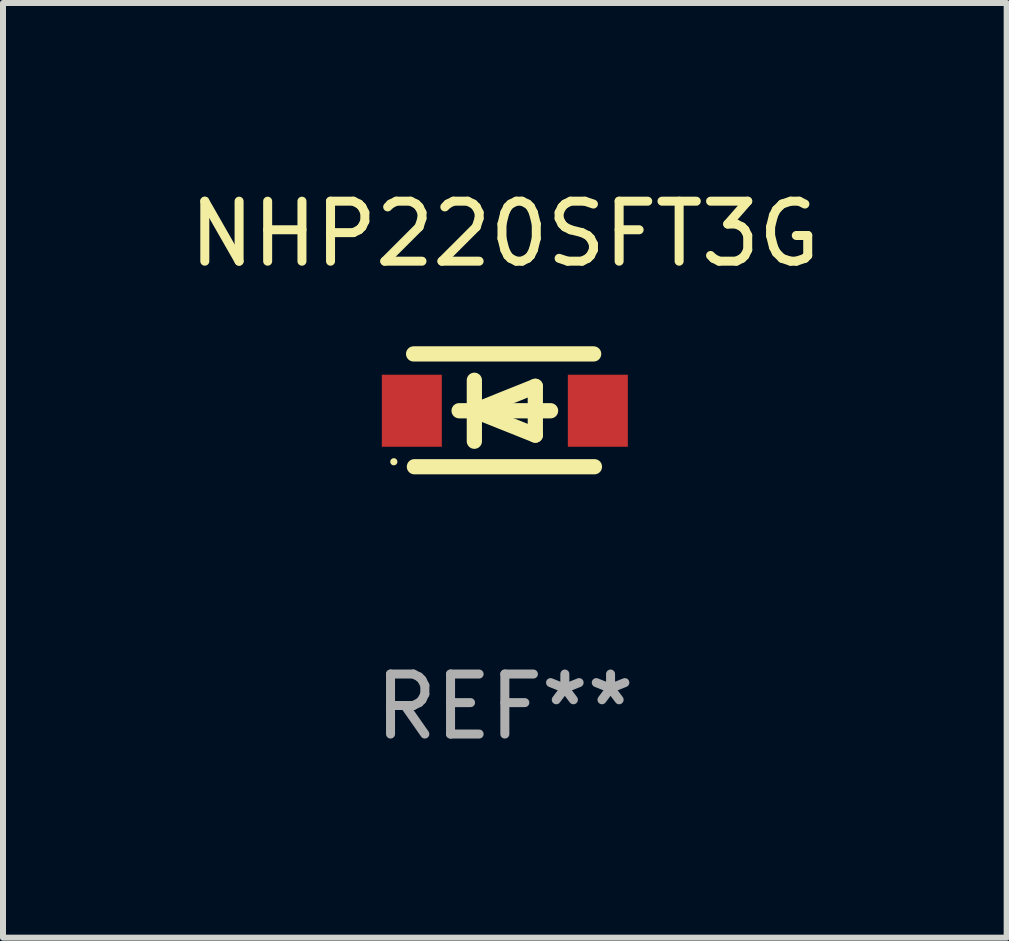
<source format=kicad_pcb>
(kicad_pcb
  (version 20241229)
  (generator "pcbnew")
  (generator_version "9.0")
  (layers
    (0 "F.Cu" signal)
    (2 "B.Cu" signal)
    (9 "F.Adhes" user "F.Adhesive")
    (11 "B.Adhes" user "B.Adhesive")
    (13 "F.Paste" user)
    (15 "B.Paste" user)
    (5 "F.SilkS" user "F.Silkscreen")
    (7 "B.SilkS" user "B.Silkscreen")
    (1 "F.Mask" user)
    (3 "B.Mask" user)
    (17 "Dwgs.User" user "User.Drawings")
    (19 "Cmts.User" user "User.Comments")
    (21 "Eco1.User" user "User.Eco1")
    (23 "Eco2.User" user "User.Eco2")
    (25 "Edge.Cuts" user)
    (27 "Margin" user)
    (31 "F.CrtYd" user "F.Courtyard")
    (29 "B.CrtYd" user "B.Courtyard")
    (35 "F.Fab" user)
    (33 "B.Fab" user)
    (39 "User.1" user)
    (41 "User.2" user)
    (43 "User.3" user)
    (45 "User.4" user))
  (footprint "NHP220SFT3G"
    (layer "F.Cu")
    (at 5.363 3.788)
    (property "Reference" "NHP220SFT3G" (at 0 -2.94 0) (layer "F.SilkS") (effects (font (size 1 1) (thickness 0.15))))
    (attr through_hole)
    (fp_line (start -1.52 -0.94) (end 1.48 -0.94) (stroke (width 0.254) (type solid)) (layer "F.SilkS"))
    (fp_line (start -1.507 0.94) (end 1.493 0.94) (stroke (width 0.254) (type solid)) (layer "F.SilkS"))
    (fp_line (start -0.762 0.007) (end 0.762 0.007) (stroke (width 0.254) (type solid)) (layer "F.SilkS"))
    (fp_line (start -0.508 -0.501) (end -0.508 0.515) (stroke (width 0.254) (type solid)) (layer "F.SilkS"))
    (fp_line (start -0.508 0.007) (end 0.508 -0.4) (stroke (width 0.254) (type solid)) (layer "F.SilkS"))
    (fp_line (start 0.508 -0.4) (end 0.508 0.413) (stroke (width 0.254) (type solid)) (layer "F.SilkS"))
    (fp_line (start 0.508 0.413) (end -0.508 0.007) (stroke (width 0.254) (type solid)) (layer "F.SilkS"))
    (fp_circle (center -1.85 0.857) (end -1.82 0.857) (stroke (width 0.06) (type solid)) (fill no) (layer "F.SilkS"))
    (fp_text user "REF**" (at 0 4.94 0) (layer "F.Fab") (effects (font (size 1 1) (thickness 0.15))))
    (pad "1" smd rect (at -1.55 0.007) (size 1 1.2) (layers "F.Cu" "F.Mask" "F.Paste"))
    (pad "2" smd rect (at 1.55 0.007) (size 1 1.2) (layers "F.Cu" "F.Mask" "F.Paste")))
  (gr_rect
    (start -3 -3)
    (end 13.726 12.576)
    (stroke (width 0.1) (type default))
    (fill no)
    (layer "Edge.Cuts")))
</source>
